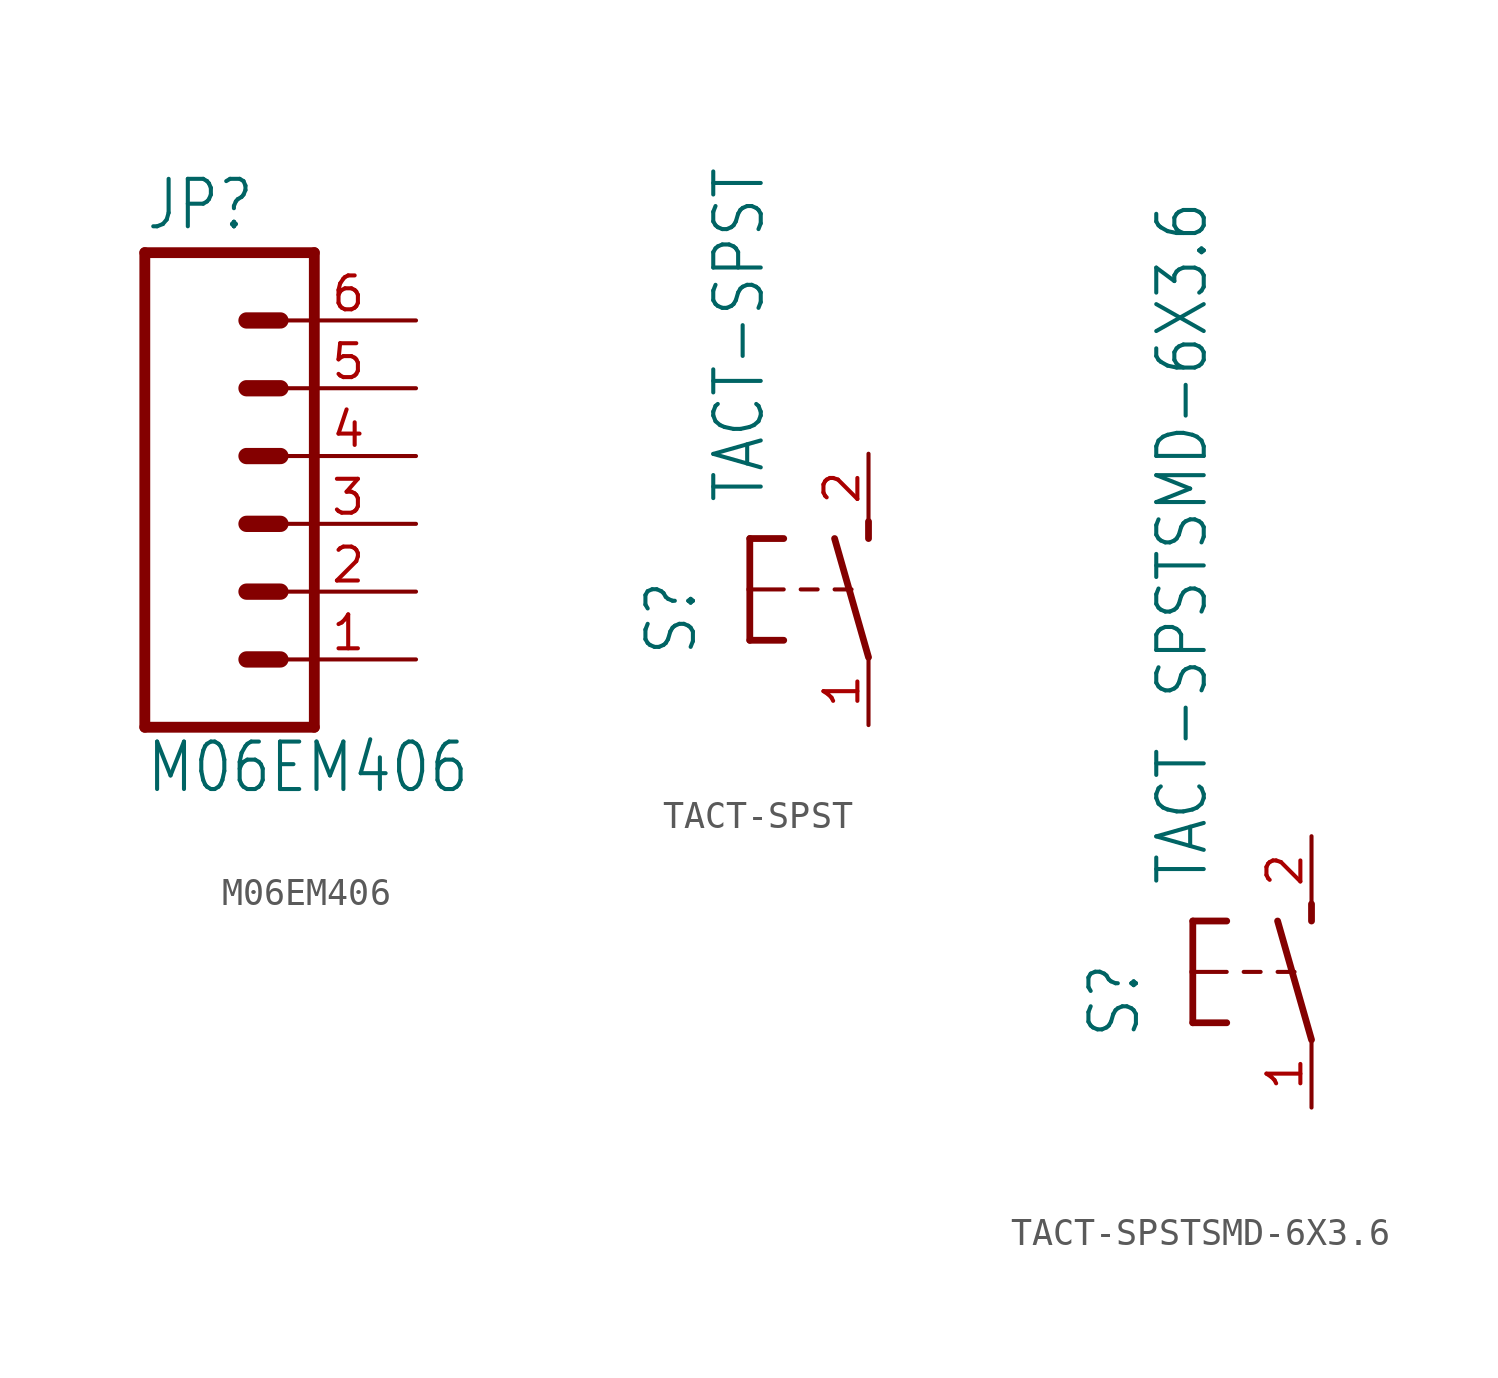
<source format=kicad_sym>
(kicad_symbol_lib
  (version 20211014)
  (generator kicad_symbol_editor)
  (symbol "M06EM406"
    (property "Reference" "JP"
      (at -5.08 10.922 0)
      (effects (font (size 1.778 1.511)) (justify left bottom)))
    (property "Value" "M06EM406"
      (at -5.08 -10.16 0)
      (effects (font (size 1.778 1.511)) (justify left bottom)))
    (property "ki_locked" ""
      (at 0 0 0)
      (effects (font (size 1.27 1.27))))
    (symbol "M06EM406_1_0"
      (polyline (pts (xy -5.08 10.16) (xy -5.08 -7.62)) (stroke (width 0.406) (type default) (color 0 0 0 0)) (fill (type none)))
      (polyline (pts (xy -5.08 10.16) (xy 1.27 10.16)) (stroke (width 0.406) (type default) (color 0 0 0 0)) (fill (type none)))
      (polyline (pts (xy -1.27 -5.08) (xy 0 -5.08)) (stroke (width 0.61) (type default) (color 0 0 0 0)) (fill (type none)))
      (polyline (pts (xy -1.27 -2.54) (xy 0 -2.54)) (stroke (width 0.61) (type default) (color 0 0 0 0)) (fill (type none)))
      (polyline (pts (xy -1.27 0) (xy 0 0)) (stroke (width 0.61) (type default) (color 0 0 0 0)) (fill (type none)))
      (polyline (pts (xy -1.27 2.54) (xy 0 2.54)) (stroke (width 0.61) (type default) (color 0 0 0 0)) (fill (type none)))
      (polyline (pts (xy -1.27 5.08) (xy 0 5.08)) (stroke (width 0.61) (type default) (color 0 0 0 0)) (fill (type none)))
      (polyline (pts (xy -1.27 7.62) (xy 0 7.62)) (stroke (width 0.61) (type default) (color 0 0 0 0)) (fill (type none)))
      (polyline (pts (xy 1.27 -7.62) (xy -5.08 -7.62)) (stroke (width 0.406) (type default) (color 0 0 0 0)) (fill (type none)))
      (polyline (pts (xy 1.27 -7.62) (xy 1.27 10.16)) (stroke (width 0.406) (type default) (color 0 0 0 0)) (fill (type none)))
      (pin passive line (at 5.08 -5.08 180) (length 5.08) (name "1" (effects (font (size 0 0)))) (number "1" (effects (font (size 1.27 1.27)))))
      (pin passive line (at 5.08 -2.54 180) (length 5.08) (name "2" (effects (font (size 0 0)))) (number "2" (effects (font (size 1.27 1.27)))))
      (pin passive line (at 5.08 0 180) (length 5.08) (name "3" (effects (font (size 0 0)))) (number "3" (effects (font (size 1.27 1.27)))))
      (pin passive line (at 5.08 2.54 180) (length 5.08) (name "4" (effects (font (size 0 0)))) (number "4" (effects (font (size 1.27 1.27)))))
      (pin passive line (at 5.08 5.08 180) (length 5.08) (name "5" (effects (font (size 0 0)))) (number "5" (effects (font (size 1.27 1.27)))))
      (pin passive line (at 5.08 7.62 180) (length 5.08) (name "6" (effects (font (size 0 0)))) (number "6" (effects (font (size 1.27 1.27)))))))
  (symbol "TACT-SPST"
    (property "Reference" "S"
      (at -6.35 -2.54 90)
      (effects (font (size 1.778 1.511)) (justify left bottom)))
    (property "Value" "TACT-SPST"
      (at -3.81 3.175 90)
      (effects (font (size 1.778 1.511)) (justify left bottom)))
    (property "ki_locked" ""
      (at 0 0 0)
      (effects (font (size 1.27 1.27))))
    (symbol "TACT-SPST_1_0"
      (polyline (pts (xy -4.445 -1.905) (xy -3.175 -1.905)) (stroke (width 0.254) (type default) (color 0 0 0 0)) (fill (type none)))
      (polyline (pts (xy -4.445 0) (xy -4.445 -1.905)) (stroke (width 0.254) (type default) (color 0 0 0 0)) (fill (type none)))
      (polyline (pts (xy -4.445 0) (xy -3.175 0)) (stroke (width 0.152) (type default) (color 0 0 0 0)) (fill (type none)))
      (polyline (pts (xy -4.445 1.905) (xy -4.445 0)) (stroke (width 0.254) (type default) (color 0 0 0 0)) (fill (type none)))
      (polyline (pts (xy -4.445 1.905) (xy -3.175 1.905)) (stroke (width 0.254) (type default) (color 0 0 0 0)) (fill (type none)))
      (polyline (pts (xy -2.54 0) (xy -1.905 0)) (stroke (width 0.152) (type default) (color 0 0 0 0)) (fill (type none)))
      (polyline (pts (xy -1.27 0) (xy -0.635 0)) (stroke (width 0.152) (type default) (color 0 0 0 0)) (fill (type none)))
      (polyline (pts (xy 0 -2.54) (xy -1.27 1.905)) (stroke (width 0.254) (type default) (color 0 0 0 0)) (fill (type none)))
      (polyline (pts (xy 0 1.905) (xy 0 2.54)) (stroke (width 0.254) (type default) (color 0 0 0 0)) (fill (type none)))
      (pin passive line (at 0 -5.08 90) (length 2.54) (name "P" (effects (font (size 0 0)))) (number "1" (effects (font (size 1.27 1.27)))))
      (pin passive line (at 0 5.08 270) (length 2.54) (name "S" (effects (font (size 0 0)))) (number "2" (effects (font (size 1.27 1.27)))))))
  (symbol "TACT-SPSTSMD-6X3.6"
    (property "Reference" "S"
      (at -6.35 -2.54 90)
      (effects (font (size 1.778 1.511)) (justify left bottom)))
    (property "Value" "TACT-SPSTSMD-6X3.6"
      (at -3.81 3.175 90)
      (effects (font (size 1.778 1.511)) (justify left bottom)))
    (property "ki_locked" ""
      (at 0 0 0)
      (effects (font (size 1.27 1.27))))
    (symbol "TACT-SPSTSMD-6X3.6_1_0"
      (polyline (pts (xy -4.445 -1.905) (xy -3.175 -1.905)) (stroke (width 0.254) (type default) (color 0 0 0 0)) (fill (type none)))
      (polyline (pts (xy -4.445 0) (xy -4.445 -1.905)) (stroke (width 0.254) (type default) (color 0 0 0 0)) (fill (type none)))
      (polyline (pts (xy -4.445 0) (xy -3.175 0)) (stroke (width 0.152) (type default) (color 0 0 0 0)) (fill (type none)))
      (polyline (pts (xy -4.445 1.905) (xy -4.445 0)) (stroke (width 0.254) (type default) (color 0 0 0 0)) (fill (type none)))
      (polyline (pts (xy -4.445 1.905) (xy -3.175 1.905)) (stroke (width 0.254) (type default) (color 0 0 0 0)) (fill (type none)))
      (polyline (pts (xy -2.54 0) (xy -1.905 0)) (stroke (width 0.152) (type default) (color 0 0 0 0)) (fill (type none)))
      (polyline (pts (xy -1.27 0) (xy -0.635 0)) (stroke (width 0.152) (type default) (color 0 0 0 0)) (fill (type none)))
      (polyline (pts (xy 0 -2.54) (xy -1.27 1.905)) (stroke (width 0.254) (type default) (color 0 0 0 0)) (fill (type none)))
      (polyline (pts (xy 0 1.905) (xy 0 2.54)) (stroke (width 0.254) (type default) (color 0 0 0 0)) (fill (type none)))
      (pin passive line (at 0 -5.08 90) (length 2.54) (name "P" (effects (font (size 0 0)))) (number "1" (effects (font (size 1.27 1.27)))))
      (pin passive line (at 0 5.08 270) (length 2.54) (name "S" (effects (font (size 0 0)))) (number "2" (effects (font (size 1.27 1.27))))))))
</source>
